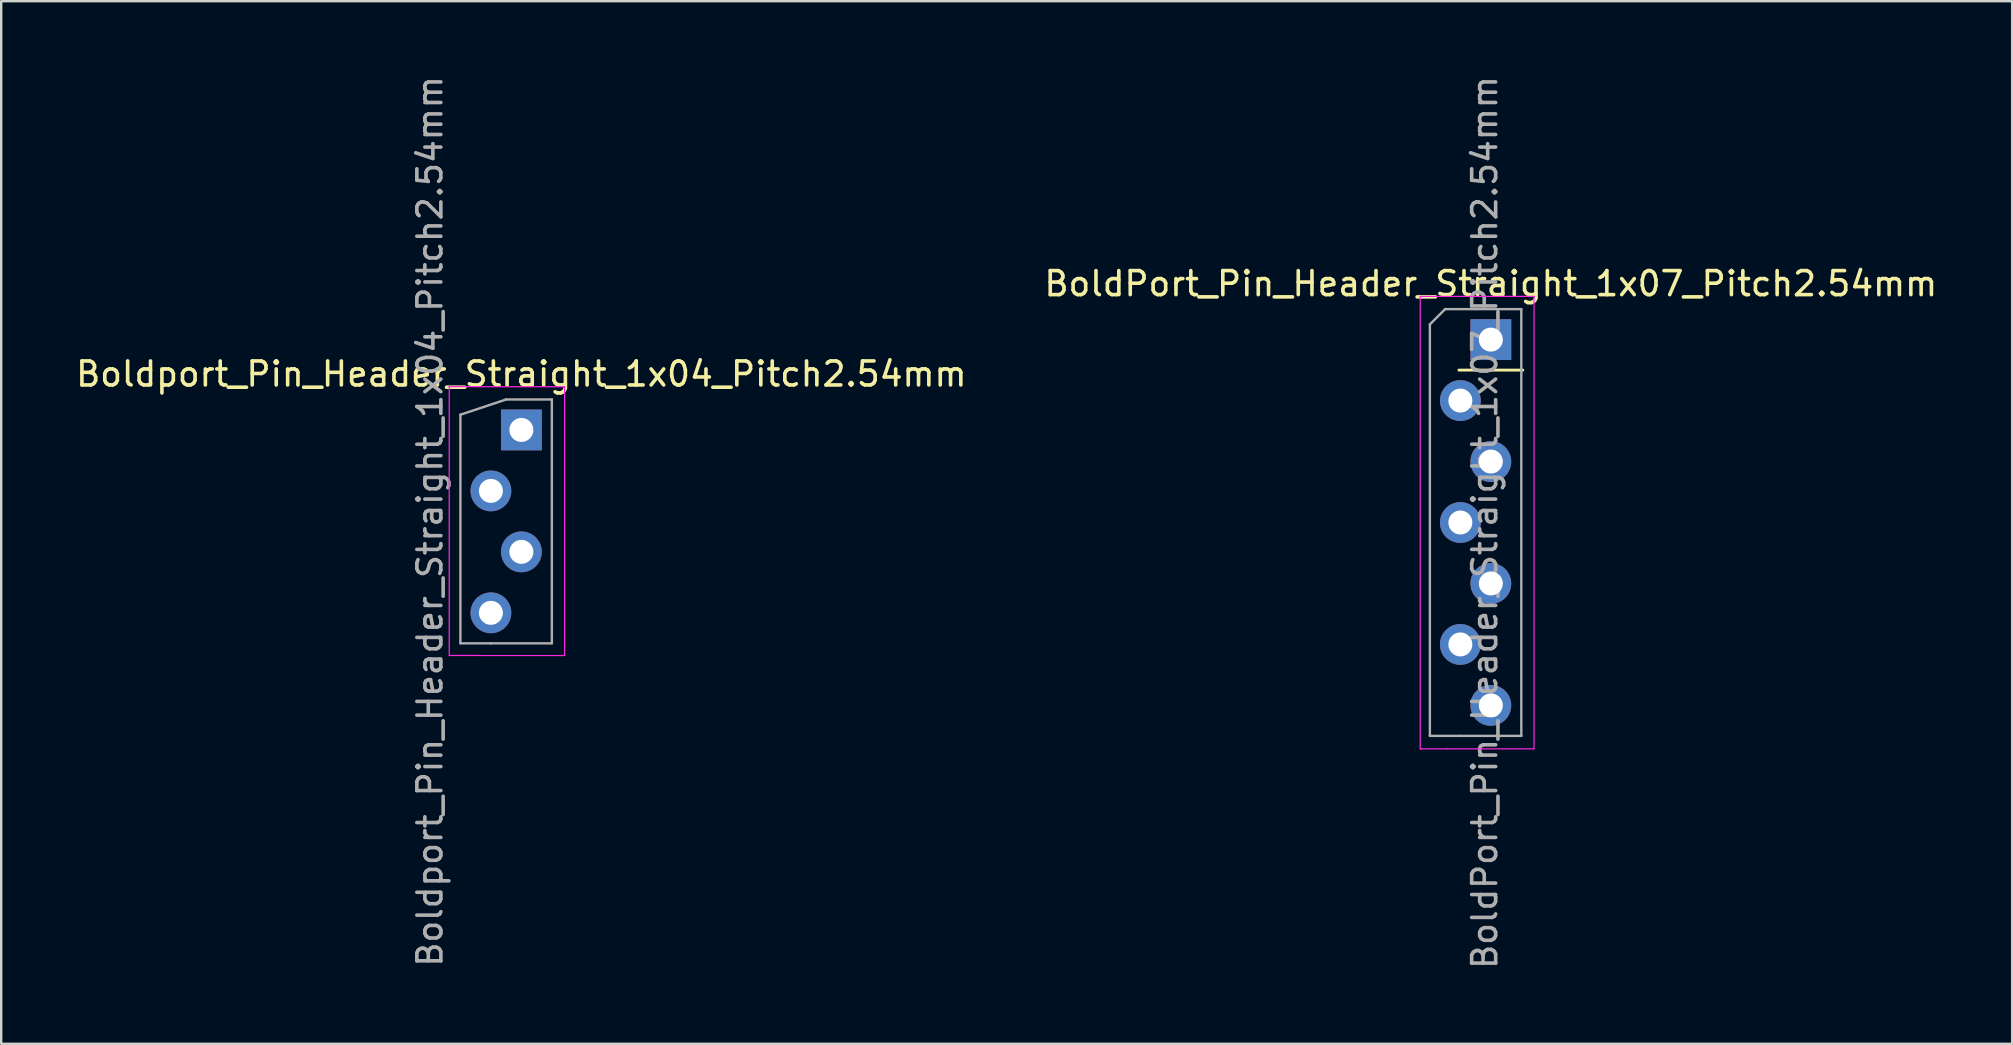
<source format=kicad_pcb>
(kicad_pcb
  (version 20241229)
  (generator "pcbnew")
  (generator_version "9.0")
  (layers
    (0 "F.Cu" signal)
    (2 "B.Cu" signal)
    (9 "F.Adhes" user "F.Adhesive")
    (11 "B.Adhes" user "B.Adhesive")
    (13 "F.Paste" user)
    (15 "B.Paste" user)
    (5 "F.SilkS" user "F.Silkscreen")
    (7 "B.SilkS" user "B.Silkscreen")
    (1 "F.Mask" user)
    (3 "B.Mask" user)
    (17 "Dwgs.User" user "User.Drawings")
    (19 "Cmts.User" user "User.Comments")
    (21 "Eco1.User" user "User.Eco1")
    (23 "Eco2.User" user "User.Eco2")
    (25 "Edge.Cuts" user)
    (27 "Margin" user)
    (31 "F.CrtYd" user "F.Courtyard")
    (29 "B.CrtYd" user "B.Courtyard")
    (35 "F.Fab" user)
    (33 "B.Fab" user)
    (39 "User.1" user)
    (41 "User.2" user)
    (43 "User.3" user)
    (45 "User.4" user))
  (footprint "BoldPort_Pin_Header_Straight_1x07_Pitch2.54mm"
    (layer "F.Cu")
    (at 59.065 11.1)
    (property "Reference" "BoldPort_Pin_Header_Straight_1x07_Pitch2.54mm" (at 0 -2.33 0) (layer "F.SilkS") (effects (font (size 1 1) (thickness 0.15))))
    (attr through_hole)
    (fp_line (start -1.33 1.27) (end 1.33 1.27) (stroke (width 0.12) (type solid)) (layer "F.SilkS"))
    (fp_line (start -2.943 -1.8) (end -2.943 17.05) (stroke (width 0.05) (type solid)) (layer "F.CrtYd"))
    (fp_line (start -2.88 17.05) (end -2.94 17.05) (stroke (width 0.05) (type solid)) (layer "F.CrtYd"))
    (fp_line (start -1.8 17.05) (end -2.89 17.05) (stroke (width 0.05) (type solid)) (layer "F.CrtYd"))
    (fp_line (start -1.8 17.05) (end 1.8 17.05) (stroke (width 0.05) (type solid)) (layer "F.CrtYd"))
    (fp_line (start -1.798 -1.801) (end -2.941 -1.801) (stroke (width 0.05) (type solid)) (layer "F.CrtYd"))
    (fp_line (start 1.8 -1.8) (end -1.8 -1.8) (stroke (width 0.05) (type solid)) (layer "F.CrtYd"))
    (fp_line (start 1.8 17.05) (end 1.8 -1.8) (stroke (width 0.05) (type solid)) (layer "F.CrtYd"))
    (fp_line (start -2.54 -0.635) (end -1.905 -1.27) (stroke (width 0.1) (type solid)) (layer "F.Fab"))
    (fp_line (start -2.54 16.51) (end -2.54 -0.635) (stroke (width 0.1) (type solid)) (layer "F.Fab"))
    (fp_line (start -1.27 16.51) (end -2.54 16.51) (stroke (width 0.1) (type solid)) (layer "F.Fab"))
    (fp_line (start -0.635 -1.27) (end -1.905 -1.27) (stroke (width 0.1) (type solid)) (layer "F.Fab"))
    (fp_line (start -0.635 -1.27) (end 1.27 -1.27) (stroke (width 0.1) (type solid)) (layer "F.Fab"))
    (fp_line (start 1.27 -1.27) (end 1.27 16.51) (stroke (width 0.1) (type solid)) (layer "F.Fab"))
    (fp_line (start 1.27 16.51) (end -1.27 16.51) (stroke (width 0.1) (type solid)) (layer "F.Fab"))
    (fp_text user "${REFERENCE}" (at -0.254 7.62 90) (layer "F.Fab") (effects (font (size 1 1) (thickness 0.15))))
    (pad "1" thru_hole rect (at 0 0) (size 1.7 1.7) (drill 1) (layers "*.Cu" "*.Mask"))
    (pad "2" thru_hole oval (at -1.27 2.54) (size 1.7 1.7) (drill 1) (layers "*.Cu" "*.Mask"))
    (pad "3" thru_hole oval (at 0 5.08) (size 1.7 1.7) (drill 1) (layers "*.Cu" "*.Mask"))
    (pad "4" thru_hole oval (at -1.27 7.62) (size 1.7 1.7) (drill 1) (layers "*.Cu" "*.Mask"))
    (pad "5" thru_hole oval (at 0 10.16) (size 1.7 1.7) (drill 1) (layers "*.Cu" "*.Mask"))
    (pad "6" thru_hole oval (at -1.27 12.7) (size 1.7 1.7) (drill 1) (layers "*.Cu" "*.Mask"))
    (pad "7" thru_hole oval (at 0 15.24) (size 1.7 1.7) (drill 1) (layers "*.Cu" "*.Mask")))
  (footprint "Boldport_Pin_Header_Straight_1x04_Pitch2.54mm"
    (layer "F.Cu")
    (at 18.673 14.863)
    (property "Reference" "Boldport_Pin_Header_Straight_1x04_Pitch2.54mm" (at 0 -2.33 0) (layer "F.SilkS") (effects (font (size 1 1) (thickness 0.15))))
    (attr through_hole)
    (fp_line (start -3.006 -1.8) (end -3.006 9.4) (stroke (width 0.05) (type solid)) (layer "F.CrtYd"))
    (fp_line (start -1.803 9.398) (end -3.01 9.398) (stroke (width 0.05) (type solid)) (layer "F.CrtYd"))
    (fp_line (start -1.8 9.4) (end 1.8 9.4) (stroke (width 0.05) (type solid)) (layer "F.CrtYd"))
    (fp_line (start -1.791 -1.803) (end -3.01 -1.803) (stroke (width 0.05) (type solid)) (layer "F.CrtYd"))
    (fp_line (start 1.8 -1.8) (end -1.8 -1.8) (stroke (width 0.05) (type solid)) (layer "F.CrtYd"))
    (fp_line (start 1.8 9.4) (end 1.8 -1.8) (stroke (width 0.05) (type solid)) (layer "F.CrtYd"))
    (fp_line (start -2.54 8.89) (end -2.54 -0.635) (stroke (width 0.1) (type solid)) (layer "F.Fab"))
    (fp_line (start -1.27 8.89) (end -2.54 8.89) (stroke (width 0.1) (type solid)) (layer "F.Fab"))
    (fp_line (start -0.635 -1.27) (end -2.54 -0.635) (stroke (width 0.1) (type solid)) (layer "F.Fab"))
    (fp_line (start -0.635 -1.27) (end 1.27 -1.27) (stroke (width 0.1) (type solid)) (layer "F.Fab"))
    (fp_line (start 1.27 -1.27) (end 1.27 8.89) (stroke (width 0.1) (type solid)) (layer "F.Fab"))
    (fp_line (start 1.27 8.89) (end -1.27 8.89) (stroke (width 0.1) (type solid)) (layer "F.Fab"))
    (fp_text user "${REFERENCE}" (at -3.81 3.81 90) (layer "F.Fab") (effects (font (size 1 1) (thickness 0.15))))
    (pad "1" thru_hole rect (at 0 0) (size 1.7 1.7) (drill 1) (layers "*.Cu" "*.Mask"))
    (pad "2" thru_hole oval (at -1.27 2.54) (size 1.7 1.7) (drill 1) (layers "*.Cu" "*.Mask"))
    (pad "3" thru_hole oval (at 0 5.08) (size 1.7 1.7) (drill 1) (layers "*.Cu" "*.Mask"))
    (pad "4" thru_hole oval (at -1.27 7.62) (size 1.7 1.7) (drill 1) (layers "*.Cu" "*.Mask")))
  (gr_rect
    (start -3 -3)
    (end 80.786 40.44)
    (stroke (width 0.1) (type default))
    (fill no)
    (layer "Edge.Cuts")))
</source>
